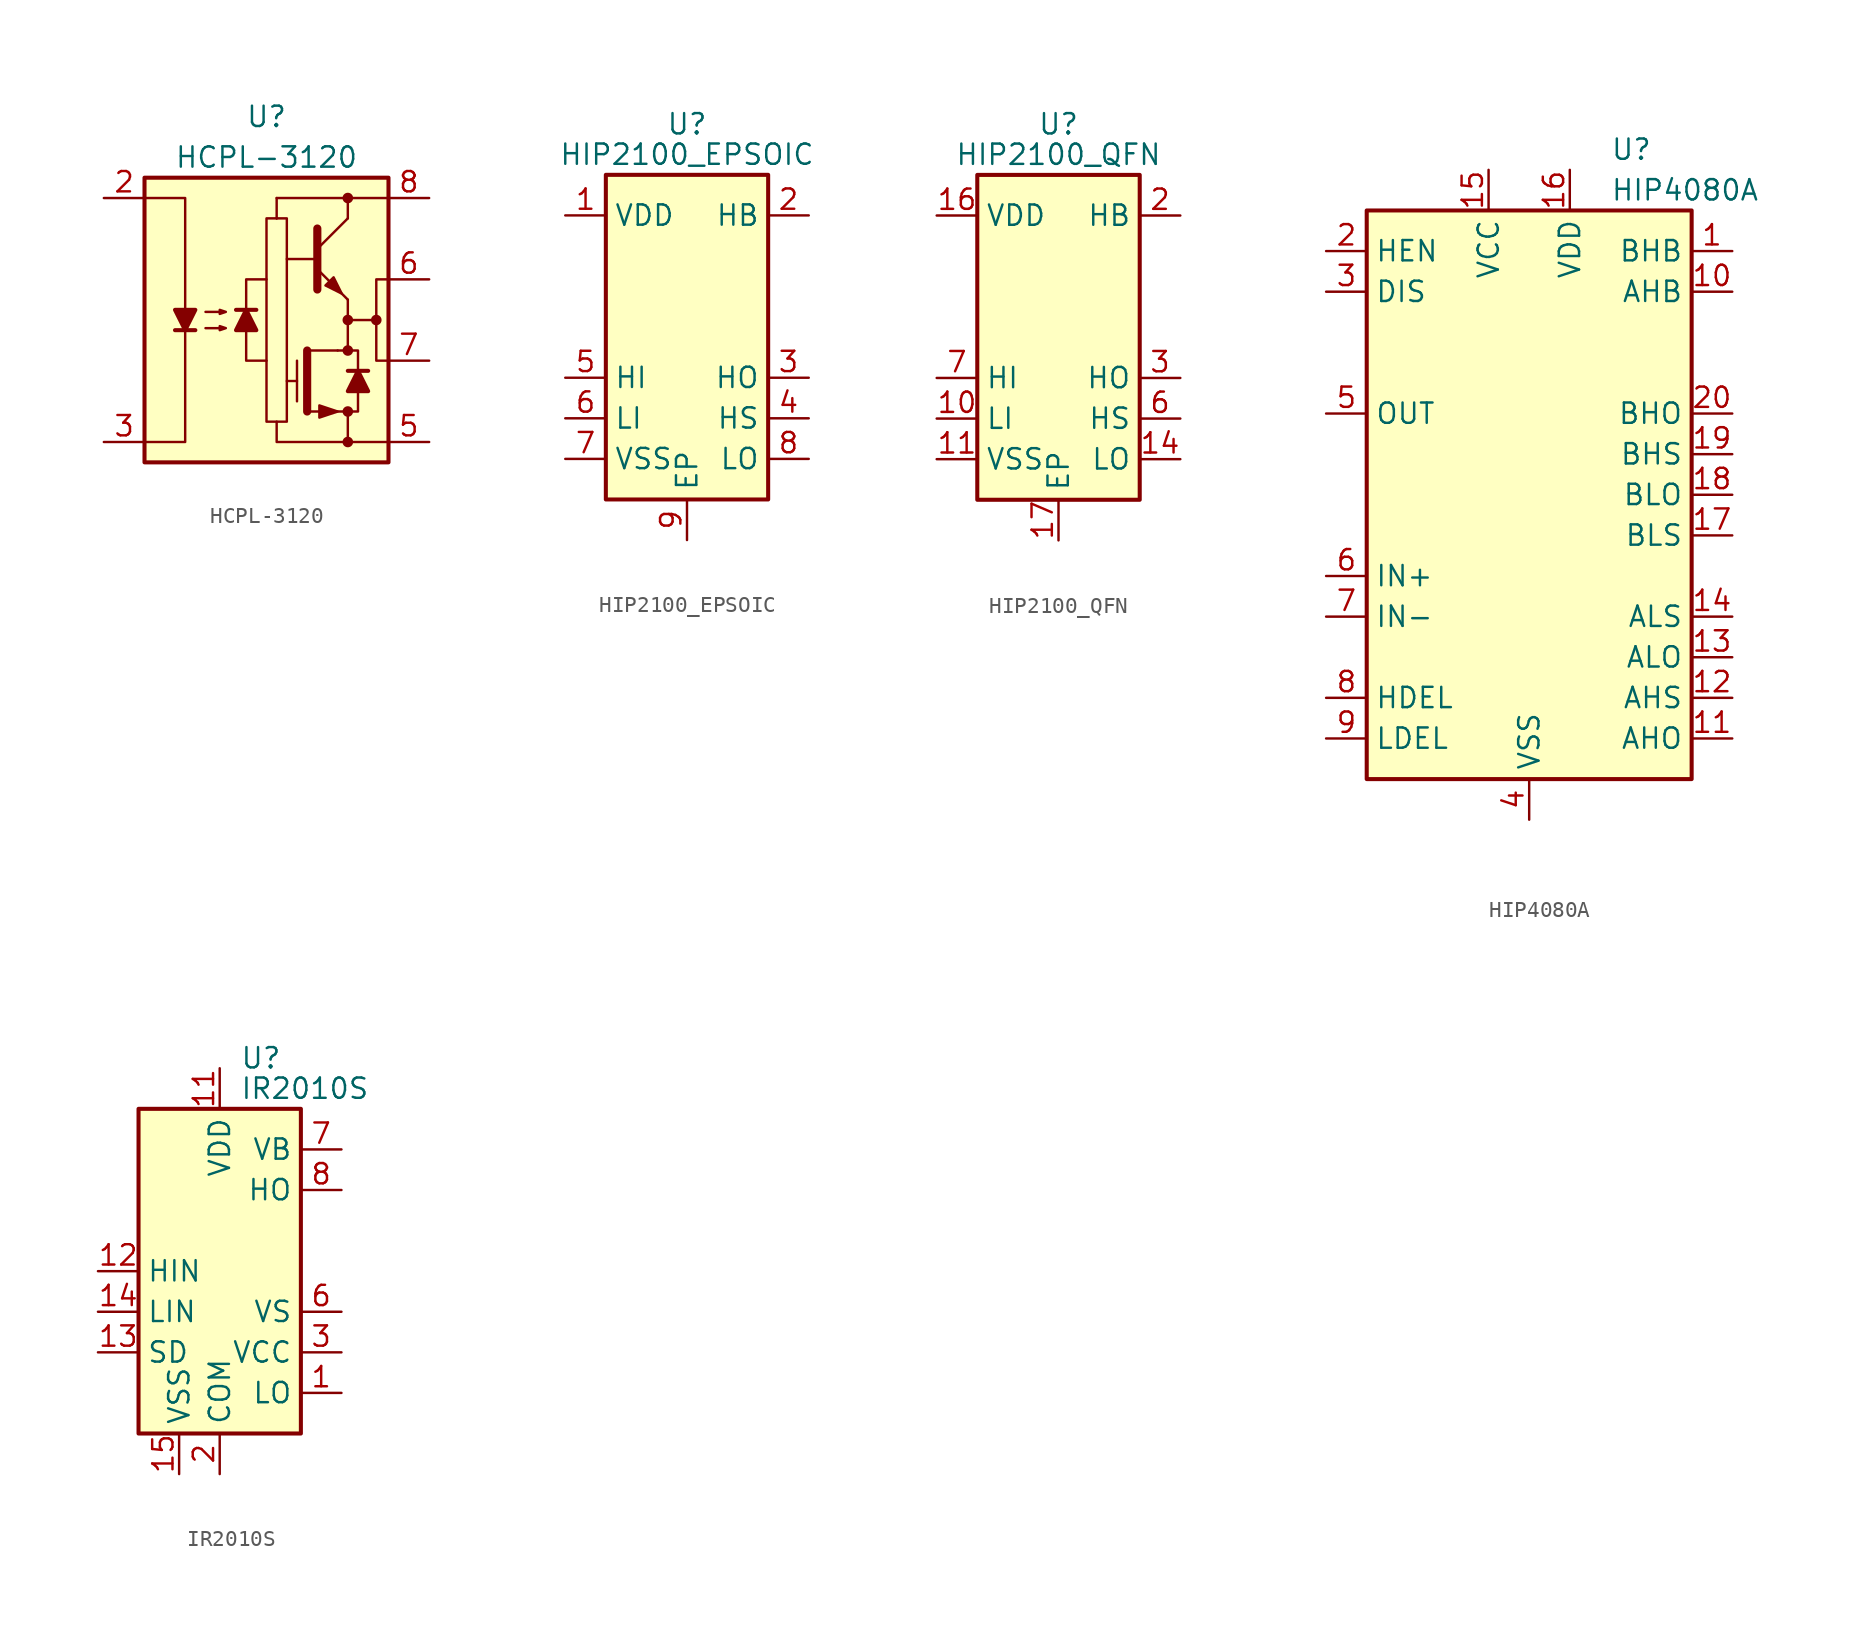
<source format=kicad_sym>
(kicad_symbol_lib
  (version 20201005)
  (generator kicad_symbol_editor)
  (symbol "HCPL-3120"
    (pin_names hide)
    (property "Reference" "U"
      (at 0 12.7 0)
      (effects (font (size 1.27 1.27))))
    (property "Value" "HCPL-3120"
      (at 0 10.16 0)
      (effects (font (size 1.27 1.27))))
    (symbol "HCPL-3120_0_1"
      (circle (center 5.08 -7.62) (radius 0.254) (stroke (width 0)) (fill (type outline)))
      (circle (center 5.08 -5.715) (radius 0.254) (stroke (width 0)) (fill (type outline)))
      (circle (center 5.08 -1.905) (radius 0.254) (stroke (width 0)) (fill (type outline)))
      (circle (center 5.08 0) (radius 0.254) (stroke (width 0)) (fill (type outline)))
      (circle (center 5.08 7.62) (radius 0.254) (stroke (width 0)) (fill (type outline)))
      (circle (center 6.858 0) (radius 0.254) (stroke (width 0)) (fill (type outline)))
      (rectangle (start -7.62 8.89) (end 7.62 -8.89) (stroke (width 0.254)) (fill (type background)))
      (rectangle (start 0.635 6.35) (end 0.635 6.35) (stroke (width 0)) (fill (type none)))
      (rectangle (start 0.635 6.35) (end 0.635 7.62) (stroke (width 0)) (fill (type none)))
      (polyline (pts (xy -5.715 -0.635) (xy -4.445 -0.635)) (stroke (width 0.254)) (fill (type none)))
      (polyline (pts (xy -0.635 0.635) (xy -1.905 0.635)) (stroke (width 0.254)) (fill (type none)))
      (polyline (pts (xy 1.27 -3.81) (xy 1.905 -3.81)) (stroke (width 0)) (fill (type none)))
      (polyline (pts (xy 1.905 -5.08) (xy 1.905 -2.54)) (stroke (width 0)) (fill (type none)))
      (polyline (pts (xy 2.54 -5.715) (xy 2.54 -1.905)) (stroke (width 0.508)) (fill (type none)))
      (polyline (pts (xy 3.048 3.81) (xy 1.27 3.81)) (stroke (width 0)) (fill (type none)))
      (polyline (pts (xy 3.175 4.445) (xy 5.08 6.35)) (stroke (width 0)) (fill (type none)))
      (polyline (pts (xy 4.445 -1.905) (xy 2.54 -1.905)) (stroke (width 0)) (fill (type none)))
      (polyline (pts (xy 5.08 -5.715) (xy 5.08 -7.62)) (stroke (width 0)) (fill (type none)))
      (polyline (pts (xy 5.08 0) (xy 6.858 0)) (stroke (width 0)) (fill (type none)))
      (polyline (pts (xy 5.08 1.27) (xy 3.175 3.175)) (stroke (width 0)) (fill (type outline)))
      (polyline (pts (xy 5.08 1.27) (xy 5.08 -1.905)) (stroke (width 0)) (fill (type none)))
      (polyline (pts (xy 5.08 6.35) (xy 5.08 7.62)) (stroke (width 0)) (fill (type none)))
      (polyline (pts (xy 6.35 -3.175) (xy 5.08 -3.175)) (stroke (width 0.254)) (fill (type none)))
      (polyline (pts (xy 7.62 7.62) (xy 0.635 7.62)) (stroke (width 0)) (fill (type none)))
      (polyline (pts (xy -1.27 -0.635) (xy -1.27 -2.54) (xy 0 -2.54)) (stroke (width 0)) (fill (type none)))
      (polyline (pts (xy -1.27 0.635) (xy -1.27 2.54) (xy 0 2.54)) (stroke (width 0)) (fill (type none)))
      (polyline (pts (xy 0.635 -6.35) (xy 0.635 -7.62) (xy 7.62 -7.62)) (stroke (width 0)) (fill (type none)))
      (polyline (pts (xy 3.175 5.715) (xy 3.175 1.905) (xy 3.175 1.905)) (stroke (width 0.508)) (fill (type none)))
      (polyline (pts (xy 4.445 -1.905) (xy 5.715 -1.905) (xy 5.715 -3.175)) (stroke (width 0)) (fill (type none)))
      (polyline (pts (xy 5.715 -4.445) (xy 5.715 -5.715) (xy 2.54 -5.715)) (stroke (width 0)) (fill (type none)))
      (polyline (pts (xy -7.62 7.62) (xy -5.08 7.62) (xy -5.08 -7.62) (xy -7.62 -7.62)) (stroke (width 0)) (fill (type none)))
      (polyline (pts (xy -5.08 -0.635) (xy -5.715 0.635) (xy -4.445 0.635) (xy -5.08 -0.635)) (stroke (width 0.254)) (fill (type outline)))
      (polyline (pts (xy -1.27 0.635) (xy -0.635 -0.635) (xy -1.905 -0.635) (xy -1.27 0.635)) (stroke (width 0.254)) (fill (type outline)))
      (polyline (pts (xy 4.445 -5.715) (xy 3.302 -5.334) (xy 3.302 -6.096) (xy 4.445 -5.715)) (stroke (width 0)) (fill (type outline)))
      (polyline (pts (xy 5.715 -3.175) (xy 6.35 -4.445) (xy 5.08 -4.445) (xy 5.715 -3.175)) (stroke (width 0.254)) (fill (type outline)))
      (polyline (pts (xy 7.62 2.54) (xy 6.858 2.54) (xy 6.858 -2.54) (xy 7.62 -2.54)) (stroke (width 0)) (fill (type none)))
      (polyline (pts (xy -3.81 -0.508) (xy -2.54 -0.508) (xy -2.921 -0.635) (xy -2.921 -0.381) (xy -2.54 -0.508)) (stroke (width 0)) (fill (type none)))
      (polyline (pts (xy -3.81 0.508) (xy -2.54 0.508) (xy -2.921 0.381) (xy -2.921 0.635) (xy -2.54 0.508)) (stroke (width 0)) (fill (type none)))
      (polyline (pts (xy 1.27 6.35) (xy 1.27 -6.35) (xy 0 -6.35) (xy 0 6.35) (xy 1.27 6.35)) (stroke (width 0)) (fill (type none)))
      (polyline (pts (xy 3.683 2.159) (xy 4.191 2.667) (xy 4.699 1.651) (xy 3.683 2.159) (xy 3.683 2.159)) (stroke (width 0)) (fill (type outline))))
    (symbol "HCPL-3120_1_1"
      (pin no_connect line (at -7.62 2.54 0) (length 2.54) hide (name "NC" (effects (font (size 1.27 1.27)))) (number "1" (effects (font (size 1.27 1.27)))))
      (pin passive line (at -10.16 7.62 0) (length 2.54) (name "A" (effects (font (size 1.27 1.27)))) (number "2" (effects (font (size 1.27 1.27)))))
      (pin passive line (at -10.16 -7.62 0) (length 2.54) (name "C" (effects (font (size 1.27 1.27)))) (number "3" (effects (font (size 1.27 1.27)))))
      (pin no_connect line (at -7.62 -2.54 0) (length 2.54) hide (name "NC" (effects (font (size 1.27 1.27)))) (number "4" (effects (font (size 1.27 1.27)))))
      (pin power_out line (at 10.16 -7.62 180) (length 2.54) (name "VEE" (effects (font (size 1.27 1.27)))) (number "5" (effects (font (size 1.27 1.27)))))
      (pin output line (at 10.16 2.54 180) (length 2.54) (name "VO" (effects (font (size 1.27 1.27)))) (number "6" (effects (font (size 1.27 1.27)))))
      (pin output line (at 10.16 -2.54 180) (length 2.54) (name "VO" (effects (font (size 1.27 1.27)))) (number "7" (effects (font (size 1.27 1.27)))))
      (pin power_in line (at 10.16 7.62 180) (length 2.54) (name "VCC" (effects (font (size 1.27 1.27)))) (number "8" (effects (font (size 1.27 1.27)))))))
  (symbol "HIP2100_EPSOIC"
    (property "Reference" "U"
      (at 0 13.335 0)
      (effects (font (size 1.27 1.27))))
    (property "Value" "HIP2100_EPSOIC"
      (at 0 11.43 0)
      (effects (font (size 1.27 1.27))))
    (symbol "HIP2100_EPSOIC_0_1"
      (rectangle (start -5.08 -10.16) (end 5.08 10.16) (stroke (width 0.254)) (fill (type background))))
    (symbol "HIP2100_EPSOIC_1_1"
      (pin power_in line (at -7.62 7.62 0) (length 2.54) (name "VDD" (effects (font (size 1.27 1.27)))) (number "1" (effects (font (size 1.27 1.27)))))
      (pin power_in line (at 7.62 7.62 180) (length 2.54) (name "HB" (effects (font (size 1.27 1.27)))) (number "2" (effects (font (size 1.27 1.27)))))
      (pin output line (at 7.62 -2.54 180) (length 2.54) (name "HO" (effects (font (size 1.27 1.27)))) (number "3" (effects (font (size 1.27 1.27)))))
      (pin passive line (at 7.62 -5.08 180) (length 2.54) (name "HS" (effects (font (size 1.27 1.27)))) (number "4" (effects (font (size 1.27 1.27)))))
      (pin input line (at -7.62 -2.54 0) (length 2.54) (name "HI" (effects (font (size 1.27 1.27)))) (number "5" (effects (font (size 1.27 1.27)))))
      (pin input line (at -7.62 -5.08 0) (length 2.54) (name "LI" (effects (font (size 1.27 1.27)))) (number "6" (effects (font (size 1.27 1.27)))))
      (pin power_in line (at -7.62 -7.62 0) (length 2.54) (name "VSS" (effects (font (size 1.27 1.27)))) (number "7" (effects (font (size 1.27 1.27)))))
      (pin output line (at 7.62 -7.62 180) (length 2.54) (name "LO" (effects (font (size 1.27 1.27)))) (number "8" (effects (font (size 1.27 1.27)))))
      (pin output line (at 0 -12.7 90) (length 2.54) (name "EP" (effects (font (size 1.27 1.27)))) (number "9" (effects (font (size 1.27 1.27)))))))
  (symbol "HIP2100_QFN"
    (property "Reference" "U"
      (at 0 13.335 0)
      (effects (font (size 1.27 1.27))))
    (property "Value" "HIP2100_QFN"
      (at 0 11.43 0)
      (effects (font (size 1.27 1.27))))
    (symbol "HIP2100_QFN_0_1"
      (rectangle (start -5.08 -10.16) (end 5.08 10.16) (stroke (width 0.254)) (fill (type background))))
    (symbol "HIP2100_QFN_1_1"
      (pin no_connect line (at -5.08 5.08 0) (length 2.54) hide (name "NC" (effects (font (size 1.27 1.27)))) (number "1" (effects (font (size 1.27 1.27)))))
      (pin input line (at -7.62 -5.08 0) (length 2.54) (name "LI" (effects (font (size 1.27 1.27)))) (number "10" (effects (font (size 1.27 1.27)))))
      (pin power_in line (at -7.62 -7.62 0) (length 2.54) (name "VSS" (effects (font (size 1.27 1.27)))) (number "11" (effects (font (size 1.27 1.27)))))
      (pin no_connect line (at 5.08 2.54 180) (length 2.54) hide (name "NC" (effects (font (size 1.27 1.27)))) (number "12" (effects (font (size 1.27 1.27)))))
      (pin no_connect line (at 5.08 0 180) (length 2.54) hide (name "NC" (effects (font (size 1.27 1.27)))) (number "13" (effects (font (size 1.27 1.27)))))
      (pin output line (at 7.62 -7.62 180) (length 2.54) (name "LO" (effects (font (size 1.27 1.27)))) (number "14" (effects (font (size 1.27 1.27)))))
      (pin no_connect line (at 5.08 -10.16 180) (length 2.54) hide (name "NC" (effects (font (size 1.27 1.27)))) (number "15" (effects (font (size 1.27 1.27)))))
      (pin power_in line (at -7.62 7.62 0) (length 2.54) (name "VDD" (effects (font (size 1.27 1.27)))) (number "16" (effects (font (size 1.27 1.27)))))
      (pin output line (at 0 -12.7 90) (length 2.54) (name "EP" (effects (font (size 1.27 1.27)))) (number "17" (effects (font (size 1.27 1.27)))))
      (pin power_in line (at 7.62 7.62 180) (length 2.54) (name "HB" (effects (font (size 1.27 1.27)))) (number "2" (effects (font (size 1.27 1.27)))))
      (pin output line (at 7.62 -2.54 180) (length 2.54) (name "HO" (effects (font (size 1.27 1.27)))) (number "3" (effects (font (size 1.27 1.27)))))
      (pin no_connect line (at -5.08 2.54 0) (length 2.54) hide (name "NC" (effects (font (size 1.27 1.27)))) (number "4" (effects (font (size 1.27 1.27)))))
      (pin no_connect line (at -5.08 0 0) (length 2.54) hide (name "NC" (effects (font (size 1.27 1.27)))) (number "5" (effects (font (size 1.27 1.27)))))
      (pin passive line (at 7.62 -5.08 180) (length 2.54) (name "HS" (effects (font (size 1.27 1.27)))) (number "6" (effects (font (size 1.27 1.27)))))
      (pin input line (at -7.62 -2.54 0) (length 2.54) (name "HI" (effects (font (size 1.27 1.27)))) (number "7" (effects (font (size 1.27 1.27)))))
      (pin no_connect line (at -5.08 -10.16 0) (length 2.54) hide (name "NC" (effects (font (size 1.27 1.27)))) (number "8" (effects (font (size 1.27 1.27)))))
      (pin no_connect line (at 5.08 5.08 180) (length 2.54) hide (name "NC" (effects (font (size 1.27 1.27)))) (number "9" (effects (font (size 1.27 1.27)))))))
  (symbol "HIP4080A"
    (property "Reference" "U"
      (at 5.08 21.59 0)
      (effects (font (size 1.27 1.27)) (justify left)))
    (property "Value" "HIP4080A"
      (at 5.08 19.05 0)
      (effects (font (size 1.27 1.27)) (justify left)))
    (symbol "HIP4080A_0_1"
      (rectangle (start -10.16 -17.78) (end 10.16 17.78) (stroke (width 0.254)) (fill (type background))))
    (symbol "HIP4080A_1_1"
      (pin input line (at 12.7 15.24 180) (length 2.54) (name "BHB" (effects (font (size 1.27 1.27)))) (number "1" (effects (font (size 1.27 1.27)))))
      (pin input line (at 12.7 12.7 180) (length 2.54) (name "AHB" (effects (font (size 1.27 1.27)))) (number "10" (effects (font (size 1.27 1.27)))))
      (pin output line (at 12.7 -15.24 180) (length 2.54) (name "AHO" (effects (font (size 1.27 1.27)))) (number "11" (effects (font (size 1.27 1.27)))))
      (pin passive line (at 12.7 -12.7 180) (length 2.54) (name "AHS" (effects (font (size 1.27 1.27)))) (number "12" (effects (font (size 1.27 1.27)))))
      (pin output line (at 12.7 -10.16 180) (length 2.54) (name "ALO" (effects (font (size 1.27 1.27)))) (number "13" (effects (font (size 1.27 1.27)))))
      (pin passive line (at 12.7 -7.62 180) (length 2.54) (name "ALS" (effects (font (size 1.27 1.27)))) (number "14" (effects (font (size 1.27 1.27)))))
      (pin power_in line (at -2.54 20.32 270) (length 2.54) (name "VCC" (effects (font (size 1.27 1.27)))) (number "15" (effects (font (size 1.27 1.27)))))
      (pin power_in line (at 2.54 20.32 270) (length 2.54) (name "VDD" (effects (font (size 1.27 1.27)))) (number "16" (effects (font (size 1.27 1.27)))))
      (pin passive line (at 12.7 -2.54 180) (length 2.54) (name "BLS" (effects (font (size 1.27 1.27)))) (number "17" (effects (font (size 1.27 1.27)))))
      (pin output line (at 12.7 0 180) (length 2.54) (name "BLO" (effects (font (size 1.27 1.27)))) (number "18" (effects (font (size 1.27 1.27)))))
      (pin passive line (at 12.7 2.54 180) (length 2.54) (name "BHS" (effects (font (size 1.27 1.27)))) (number "19" (effects (font (size 1.27 1.27)))))
      (pin output line (at -12.7 15.24 0) (length 2.54) (name "HEN" (effects (font (size 1.27 1.27)))) (number "2" (effects (font (size 1.27 1.27)))))
      (pin output line (at 12.7 5.08 180) (length 2.54) (name "BHO" (effects (font (size 1.27 1.27)))) (number "20" (effects (font (size 1.27 1.27)))))
      (pin output line (at -12.7 12.7 0) (length 2.54) (name "DIS" (effects (font (size 1.27 1.27)))) (number "3" (effects (font (size 1.27 1.27)))))
      (pin power_in line (at 0 -20.32 90) (length 2.54) (name "VSS" (effects (font (size 1.27 1.27)))) (number "4" (effects (font (size 1.27 1.27)))))
      (pin output line (at -12.7 5.08 0) (length 2.54) (name "OUT" (effects (font (size 1.27 1.27)))) (number "5" (effects (font (size 1.27 1.27)))))
      (pin input line (at -12.7 -5.08 0) (length 2.54) (name "IN+" (effects (font (size 1.27 1.27)))) (number "6" (effects (font (size 1.27 1.27)))))
      (pin input line (at -12.7 -7.62 0) (length 2.54) (name "IN-" (effects (font (size 1.27 1.27)))) (number "7" (effects (font (size 1.27 1.27)))))
      (pin passive line (at -12.7 -12.7 0) (length 2.54) (name "HDEL" (effects (font (size 1.27 1.27)))) (number "8" (effects (font (size 1.27 1.27)))))
      (pin passive line (at -12.7 -15.24 0) (length 2.54) (name "LDEL" (effects (font (size 1.27 1.27)))) (number "9" (effects (font (size 1.27 1.27)))))))
  (symbol "IR2010S"
    (property "Reference" "U"
      (at 1.27 13.335 0)
      (effects (font (size 1.27 1.27)) (justify left)))
    (property "Value" "IR2010S"
      (at 1.27 11.43 0)
      (effects (font (size 1.27 1.27)) (justify left)))
    (symbol "IR2010S_0_1"
      (rectangle (start -5.08 -10.16) (end 5.08 10.16) (stroke (width 0.254)) (fill (type background))))
    (symbol "IR2010S_1_1"
      (pin output line (at 7.62 -7.62 180) (length 2.54) (name "LO" (effects (font (size 1.27 1.27)))) (number "1" (effects (font (size 1.27 1.27)))))
      (pin no_connect line (at 5.08 2.54 180) (length 2.54) hide (name "NC" (effects (font (size 1.27 1.27)))) (number "10" (effects (font (size 1.27 1.27)))))
      (pin power_in line (at 0 12.7 270) (length 2.54) (name "VDD" (effects (font (size 1.27 1.27)))) (number "11" (effects (font (size 1.27 1.27)))))
      (pin input line (at -7.62 0 0) (length 2.54) (name "HIN" (effects (font (size 1.27 1.27)))) (number "12" (effects (font (size 1.27 1.27)))))
      (pin input line (at -7.62 -5.08 0) (length 2.54) (name "SD" (effects (font (size 1.27 1.27)))) (number "13" (effects (font (size 1.27 1.27)))))
      (pin input line (at -7.62 -2.54 0) (length 2.54) (name "LIN" (effects (font (size 1.27 1.27)))) (number "14" (effects (font (size 1.27 1.27)))))
      (pin power_in line (at -2.54 -12.7 90) (length 2.54) (name "VSS" (effects (font (size 1.27 1.27)))) (number "15" (effects (font (size 1.27 1.27)))))
      (pin no_connect line (at 5.08 0 180) (length 2.54) hide (name "NC" (effects (font (size 1.27 1.27)))) (number "16" (effects (font (size 1.27 1.27)))))
      (pin power_in line (at 0 -12.7 90) (length 2.54) (name "COM" (effects (font (size 1.27 1.27)))) (number "2" (effects (font (size 1.27 1.27)))))
      (pin power_in line (at 7.62 -5.08 180) (length 2.54) (name "VCC" (effects (font (size 1.27 1.27)))) (number "3" (effects (font (size 1.27 1.27)))))
      (pin no_connect line (at -5.08 7.62 0) (length 2.54) hide (name "NC" (effects (font (size 1.27 1.27)))) (number "4" (effects (font (size 1.27 1.27)))))
      (pin no_connect line (at -5.08 5.08 0) (length 2.54) hide (name "NC" (effects (font (size 1.27 1.27)))) (number "5" (effects (font (size 1.27 1.27)))))
      (pin passive line (at 7.62 -2.54 180) (length 2.54) (name "VS" (effects (font (size 1.27 1.27)))) (number "6" (effects (font (size 1.27 1.27)))))
      (pin passive line (at 7.62 7.62 180) (length 2.54) (name "VB" (effects (font (size 1.27 1.27)))) (number "7" (effects (font (size 1.27 1.27)))))
      (pin output line (at 7.62 5.08 180) (length 2.54) (name "HO" (effects (font (size 1.27 1.27)))) (number "8" (effects (font (size 1.27 1.27)))))
      (pin no_connect line (at -5.08 2.54 0) (length 2.54) hide (name "NC" (effects (font (size 1.27 1.27)))) (number "9" (effects (font (size 1.27 1.27))))))))
</source>
